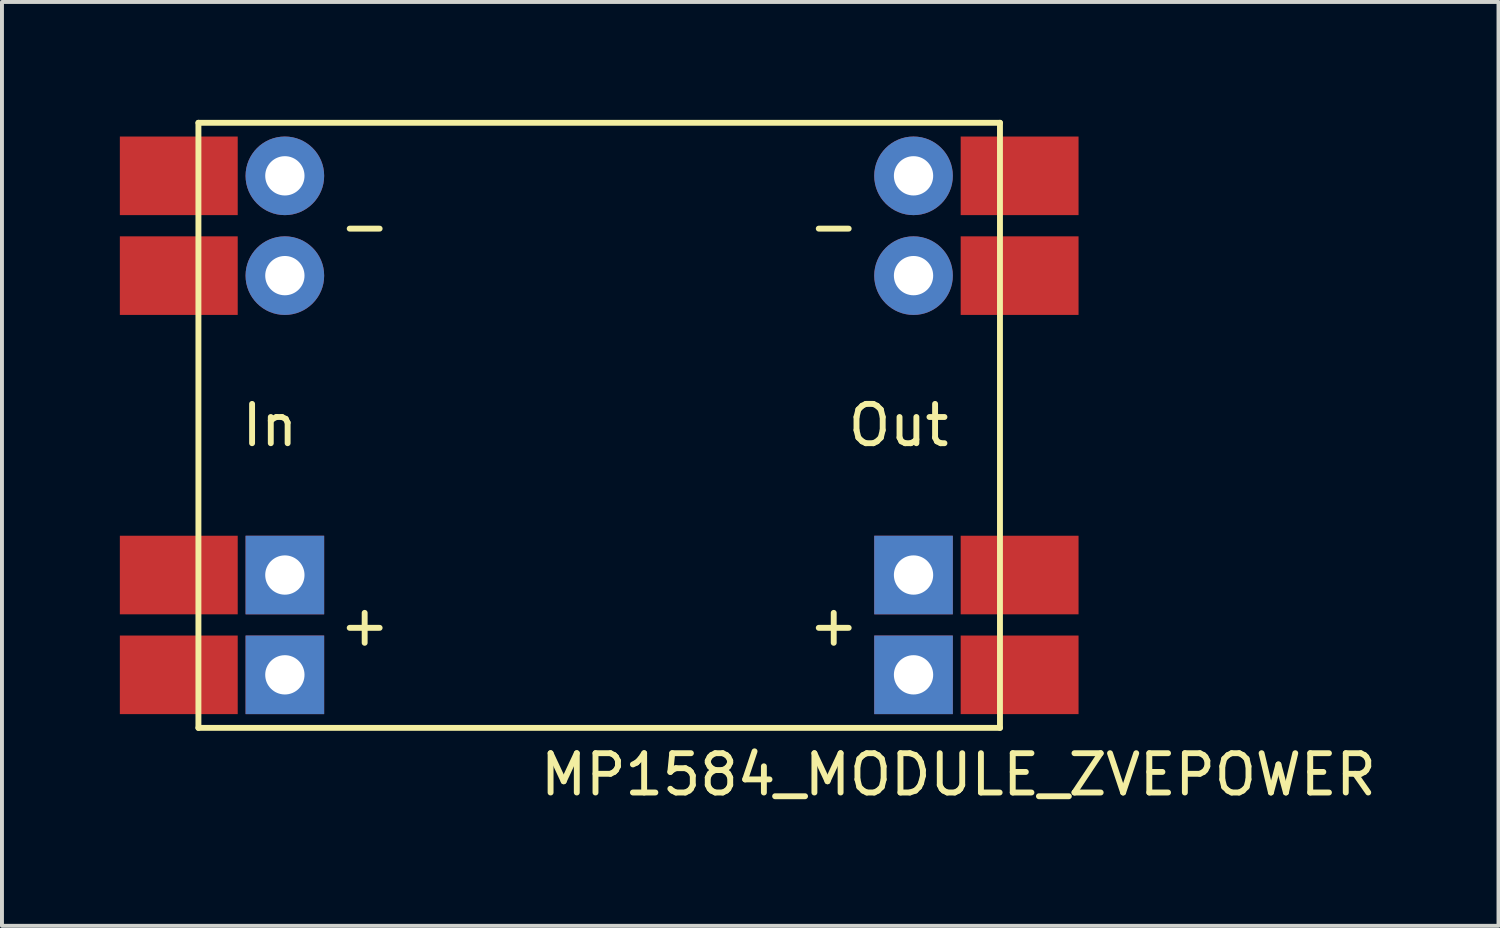
<source format=kicad_pcb>
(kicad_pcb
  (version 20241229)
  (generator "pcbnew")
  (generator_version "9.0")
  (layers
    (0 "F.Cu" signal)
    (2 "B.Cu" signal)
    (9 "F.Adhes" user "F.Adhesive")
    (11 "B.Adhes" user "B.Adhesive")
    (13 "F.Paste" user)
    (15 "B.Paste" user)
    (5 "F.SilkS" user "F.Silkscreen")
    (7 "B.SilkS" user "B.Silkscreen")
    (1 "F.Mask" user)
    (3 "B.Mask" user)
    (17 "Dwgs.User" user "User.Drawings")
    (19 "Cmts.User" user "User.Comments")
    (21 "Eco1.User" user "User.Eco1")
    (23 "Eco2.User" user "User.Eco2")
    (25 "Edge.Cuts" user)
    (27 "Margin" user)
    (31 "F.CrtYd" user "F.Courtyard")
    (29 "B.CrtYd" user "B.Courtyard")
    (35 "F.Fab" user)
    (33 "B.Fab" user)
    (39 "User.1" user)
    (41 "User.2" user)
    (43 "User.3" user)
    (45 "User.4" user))
  (footprint "MP1584_MODULE_ZVEPOWER"
    (layer "F.Cu")
    (at 12.2 7.775)
    (property "Reference" "MP1584_MODULE_ZVEPOWER" (at 9.144 8.89 0) (layer "F.SilkS") (effects (font (size 1 1) (thickness 0.15))))
    (attr through_hole)
    (fp_line (start -10.2 -7.7) (end -10.2 7.7) (stroke (width 0.15) (type solid)) (layer "F.SilkS"))
    (fp_line (start -10.2 -7.7) (end 10.2 -7.7) (stroke (width 0.15) (type solid)) (layer "F.SilkS"))
    (fp_line (start -10.2 7.7) (end 10.2 7.7) (stroke (width 0.15) (type solid)) (layer "F.SilkS"))
    (fp_line (start 10.2 -7.7) (end 10.2 7.7) (stroke (width 0.15) (type solid)) (layer "F.SilkS"))
    (fp_text user "Out" (at 7.62 0 180) (layer "F.SilkS") (effects (font (size 1 1) (thickness 0.15))))
    (fp_text user "-" (at -5.969 -5.08 0) (layer "F.SilkS") (effects (font (size 1 1) (thickness 0.15))))
    (fp_text user "-" (at 5.969 -5.08 0) (layer "F.SilkS") (effects (font (size 1 1) (thickness 0.15))))
    (fp_text user "+" (at -5.969 5.08 0) (layer "F.SilkS") (effects (font (size 1 1) (thickness 0.15))))
    (fp_text user "+" (at 5.969 5.08 0) (layer "F.SilkS") (effects (font (size 1 1) (thickness 0.15))))
    (fp_text user "In" (at -8.382 0 180) (layer "F.SilkS") (effects (font (size 1 1) (thickness 0.15))))
    (pad "1" smd rect (at -10.7 -6.35) (size 3 2) (layers "F.Cu" "F.Mask" "F.Paste"))
    (pad "1" smd rect (at -10.7 -3.81) (size 3 2) (layers "F.Cu" "F.Mask" "F.Paste"))
    (pad "1" thru_hole circle (at -8 -6.35) (size 2 2) (drill 1) (layers "*.Cu" "*.Mask"))
    (pad "1" thru_hole circle (at -8 -3.81) (size 2 2) (drill 1) (layers "*.Cu" "*.Mask"))
    (pad "2" smd rect (at -10.7 3.81) (size 3 2) (layers "F.Cu" "F.Mask" "F.Paste"))
    (pad "2" thru_hole rect (at -8 3.81 90) (size 2 2) (drill 1) (layers "*.Cu" "*.Mask"))
    (pad "3" thru_hole rect (at 8 3.81 180) (size 2 2) (drill 1) (layers "*.Cu" "*.Mask"))
    (pad "3" thru_hole rect (at 8 6.35 90) (size 2 2) (drill 1) (layers "*.Cu" "*.Mask"))
    (pad "3" smd rect (at 10.7 3.81) (size 3 2) (layers "F.Cu" "F.Mask" "F.Paste"))
    (pad "3" smd rect (at 10.7 6.35) (size 3 2) (layers "F.Cu" "F.Mask" "F.Paste"))
    (pad "4" thru_hole circle (at 8 -6.35 90) (size 2 2) (drill 1) (layers "*.Cu" "*.Mask"))
    (pad "4" thru_hole circle (at 8 -3.81 90) (size 2 2) (drill 1) (layers "*.Cu" "*.Mask"))
    (pad "4" smd rect (at 10.7 -6.35) (size 3 2) (layers "F.Cu" "F.Mask" "F.Paste"))
    (pad "4" smd rect (at 10.7 -3.81) (size 3 2) (layers "F.Cu" "F.Mask" "F.Paste"))
    (pad "5" smd rect (at -10.7 6.35) (size 3 2) (layers "F.Cu" "F.Mask" "F.Paste"))
    (pad "5" thru_hole rect (at -8 6.35 90) (size 2 2) (drill 1) (layers "*.Cu" "*.Mask")))
  (gr_rect
    (start -3 -3)
    (end 35.088 20.513)
    (stroke (width 0.1) (type default))
    (fill no)
    (layer "Edge.Cuts")))
</source>
